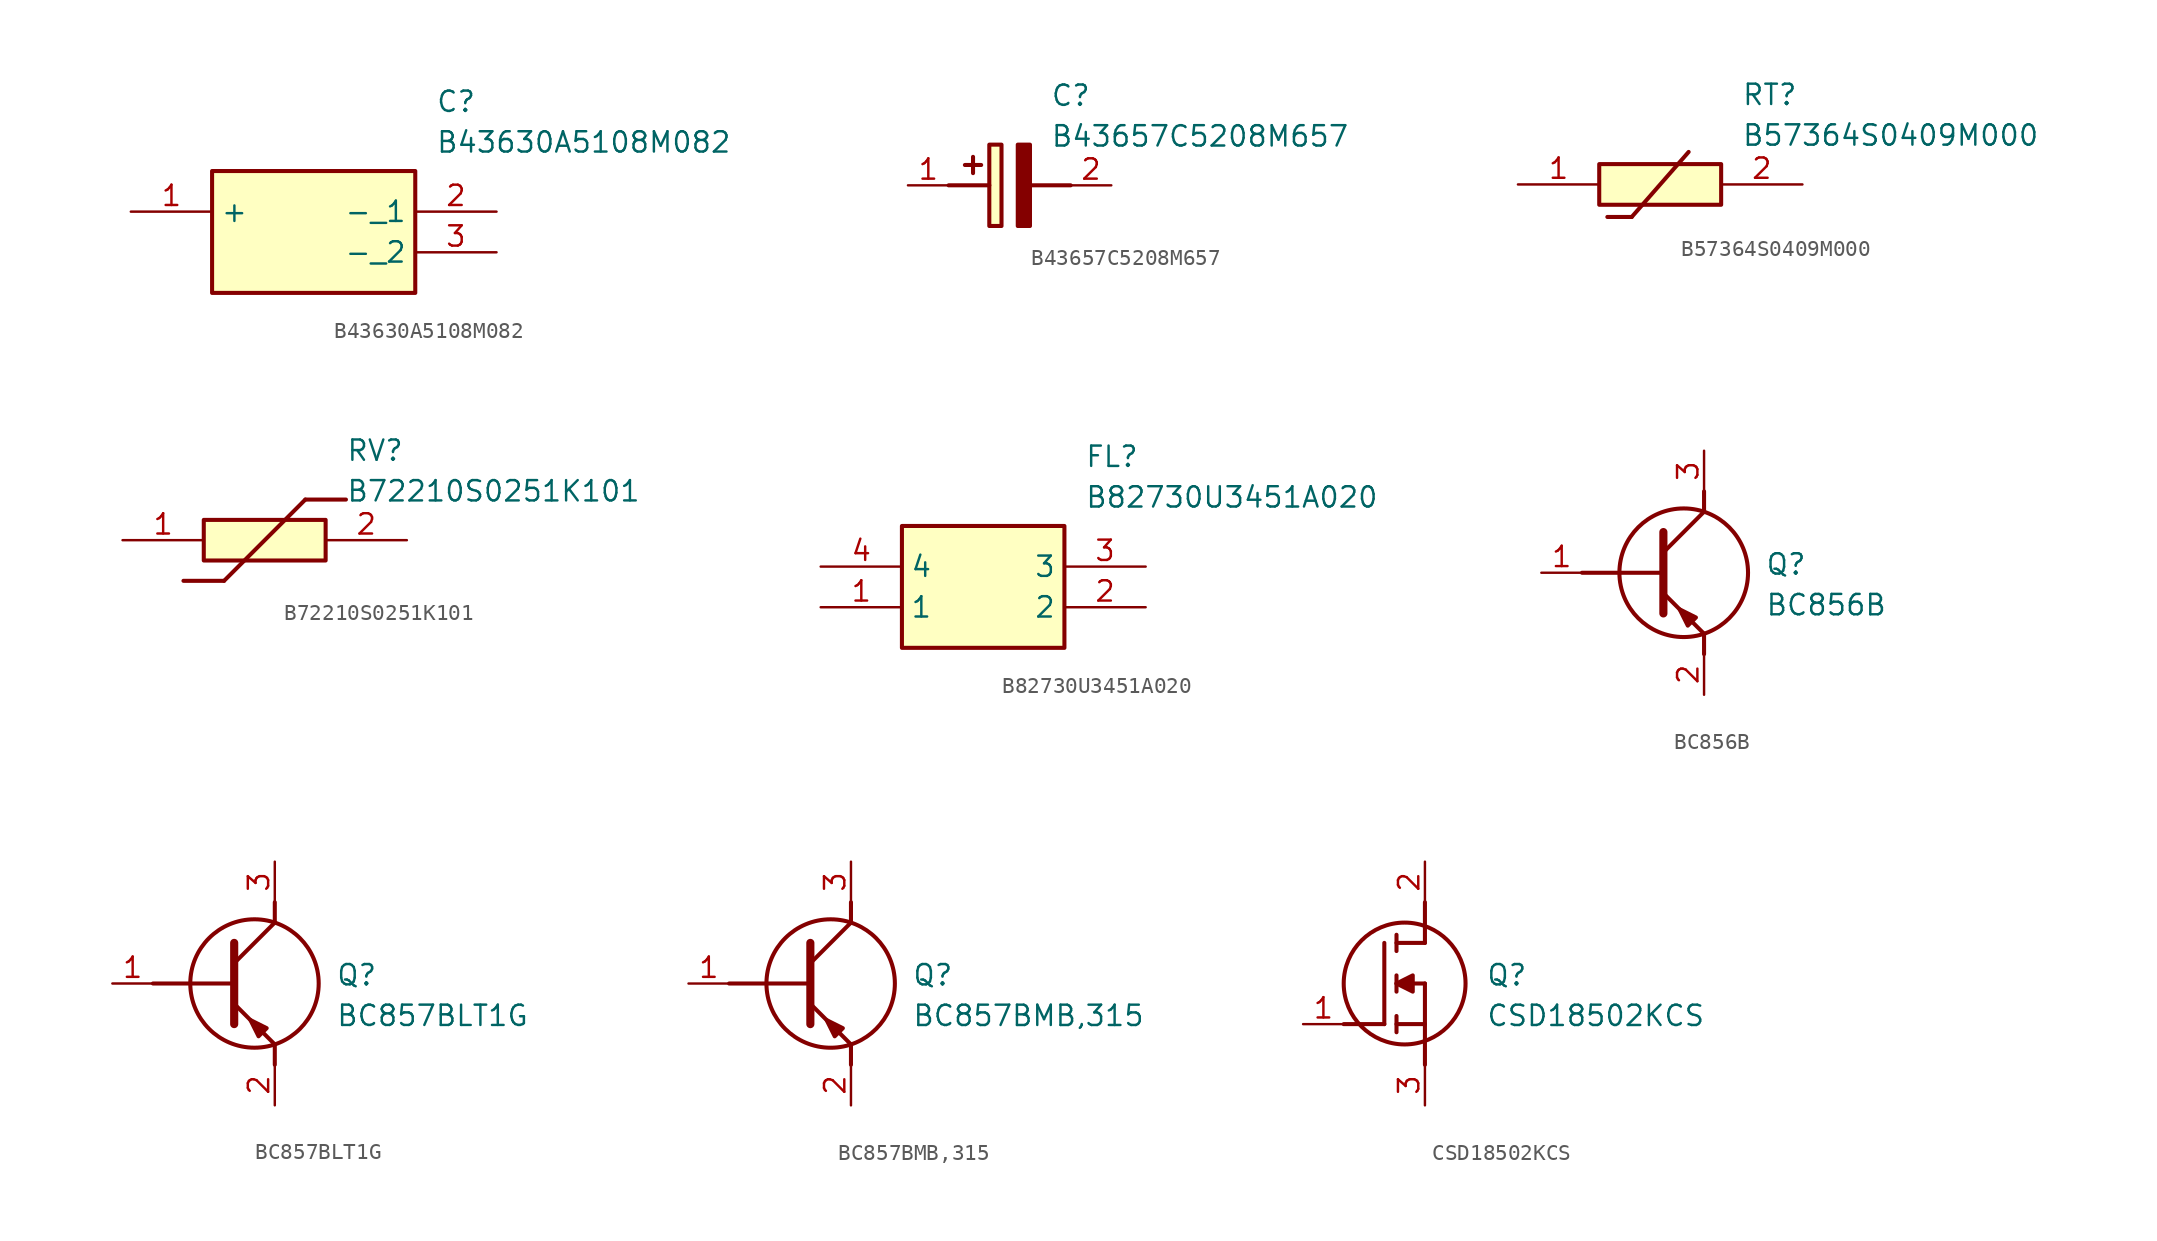
<source format=kicad_sym>
(kicad_symbol_lib
  (version 20241209)
  (generator "kicad_symbol_editor")
  (generator_version "9.0")
  (symbol "B43630A5108M082"
    (property "Reference" "C"
      (at 19.05 7.62 0)
      (effects (font (size 1.27 1.27)) (justify left top)))
    (property "Value" "B43630A5108M082"
      (at 19.05 5.08 0)
      (effects (font (size 1.27 1.27)) (justify left top)))
    (symbol "B43630A5108M082_1_1"
      (rectangle (start 5.08 2.54) (end 17.78 -5.08) (stroke (width 0.254) (type default)) (fill (type background)))
      (pin passive line (at 0 0 0) (length 5.08) (name "+" (effects (font (size 1.27 1.27)))) (number "1" (effects (font (size 1.27 1.27)))))
      (pin passive line (at 22.86 0 180) (length 5.08) (name "-_1" (effects (font (size 1.27 1.27)))) (number "2" (effects (font (size 1.27 1.27)))))
      (pin passive line (at 22.86 -2.54 180) (length 5.08) (name "-_2" (effects (font (size 1.27 1.27)))) (number "3" (effects (font (size 1.27 1.27)))))))
  (symbol "B43657C5208M657"
    (pin_names
      (hide yes))
    (property "Reference" "C"
      (at 8.89 6.35 0)
      (effects (font (size 1.27 1.27)) (justify left top)))
    (property "Value" "B43657C5208M657"
      (at 8.89 3.81 0)
      (effects (font (size 1.27 1.27)) (justify left top)))
    (symbol "B43657C5208M657_1_1"
      (polyline (pts (xy 2.54 0) (xy 5.08 0)) (stroke (width 0.254) (type default)) (fill (type none)))
      (polyline (pts (xy 4.064 1.778) (xy 4.064 0.762)) (stroke (width 0.254) (type default)) (fill (type none)))
      (polyline (pts (xy 4.572 1.27) (xy 3.556 1.27)) (stroke (width 0.254) (type default)) (fill (type none)))
      (rectangle (start 5.08 2.54) (end 5.842 -2.54) (stroke (width 0.254) (type default)) (fill (type background)))
      (polyline (pts (xy 7.62 2.54) (xy 7.62 -2.54) (xy 6.858 -2.54) (xy 6.858 2.54) (xy 7.62 2.54)) (stroke (width 0.254) (type default)) (fill (type outline)))
      (polyline (pts (xy 7.62 0) (xy 10.16 0)) (stroke (width 0.254) (type default)) (fill (type none)))
      (pin passive line (at 0 0 0) (length 2.54) (name "+" (effects (font (size 1.27 1.27)))) (number "1" (effects (font (size 1.27 1.27)))))
      (pin passive line (at 12.7 0 180) (length 2.54) (name "-" (effects (font (size 1.27 1.27)))) (number "2" (effects (font (size 1.27 1.27)))))))
  (symbol "B57364S0409M000"
    (pin_names
      (hide yes))
    (property "Reference" "RT"
      (at 13.97 6.35 0)
      (effects (font (size 1.27 1.27)) (justify left top)))
    (property "Value" "B57364S0409M000"
      (at 13.97 3.81 0)
      (effects (font (size 1.27 1.27)) (justify left top)))
    (symbol "B57364S0409M000_1_1"
      (rectangle (start 5.08 1.27) (end 12.7 -1.27) (stroke (width 0.254) (type default)) (fill (type background)))
      (polyline (pts (xy 5.588 -2.032) (xy 7.112 -2.032)) (stroke (width 0.254) (type default)) (fill (type none)))
      (polyline (pts (xy 10.668 2.032) (xy 7.112 -2.032)) (stroke (width 0.254) (type default)) (fill (type none)))
      (pin passive line (at 0 0 0) (length 5.08) (name "1" (effects (font (size 1.27 1.27)))) (number "1" (effects (font (size 1.27 1.27)))))
      (pin passive line (at 17.78 0 180) (length 5.08) (name "2" (effects (font (size 1.27 1.27)))) (number "2" (effects (font (size 1.27 1.27)))))))
  (symbol "B72210S0251K101"
    (pin_names
      (hide yes))
    (property "Reference" "RV"
      (at 13.97 6.35 0)
      (effects (font (size 1.27 1.27)) (justify left top)))
    (property "Value" "B72210S0251K101"
      (at 13.97 3.81 0)
      (effects (font (size 1.27 1.27)) (justify left top)))
    (symbol "B72210S0251K101_1_1"
      (polyline (pts (xy 3.81 -2.54) (xy 6.35 -2.54)) (stroke (width 0.254) (type default)) (fill (type none)))
      (rectangle (start 5.08 1.27) (end 12.7 -1.27) (stroke (width 0.254) (type default)) (fill (type background)))
      (polyline (pts (xy 11.43 2.54) (xy 6.35 -2.54)) (stroke (width 0.254) (type default)) (fill (type none)))
      (polyline (pts (xy 11.43 2.54) (xy 13.97 2.54)) (stroke (width 0.254) (type default)) (fill (type none)))
      (pin passive line (at 0 0 0) (length 5.08) (name "1" (effects (font (size 1.27 1.27)))) (number "1" (effects (font (size 1.27 1.27)))))
      (pin passive line (at 17.78 0 180) (length 5.08) (name "2" (effects (font (size 1.27 1.27)))) (number "2" (effects (font (size 1.27 1.27)))))))
  (symbol "B82730U3451A020"
    (property "Reference" "FL"
      (at 16.51 7.62 0)
      (effects (font (size 1.27 1.27)) (justify left top)))
    (property "Value" "B82730U3451A020"
      (at 16.51 5.08 0)
      (effects (font (size 1.27 1.27)) (justify left top)))
    (symbol "B82730U3451A020_1_1"
      (rectangle (start 5.08 2.54) (end 15.24 -5.08) (stroke (width 0.254) (type default)) (fill (type background)))
      (pin passive line (at 0 0 0) (length 5.08) (name "4" (effects (font (size 1.27 1.27)))) (number "4" (effects (font (size 1.27 1.27)))))
      (pin passive line (at 0 -2.54 0) (length 5.08) (name "1" (effects (font (size 1.27 1.27)))) (number "1" (effects (font (size 1.27 1.27)))))
      (pin passive line (at 20.32 0 180) (length 5.08) (name "3" (effects (font (size 1.27 1.27)))) (number "3" (effects (font (size 1.27 1.27)))))
      (pin passive line (at 20.32 -2.54 180) (length 5.08) (name "2" (effects (font (size 1.27 1.27)))) (number "2" (effects (font (size 1.27 1.27)))))))
  (symbol "BC856B"
    (pin_names
      (hide yes))
    (property "Reference" "Q"
      (at 13.97 1.27 0)
      (effects (font (size 1.27 1.27)) (justify left top)))
    (property "Value" "BC856B"
      (at 13.97 -1.27 0)
      (effects (font (size 1.27 1.27)) (justify left top)))
    (symbol "BC856B_1_1"
      (polyline (pts (xy 2.54 0) (xy 7.62 0)) (stroke (width 0.254) (type default)) (fill (type none)))
      (polyline (pts (xy 7.62 2.54) (xy 7.62 -2.54)) (stroke (width 0.508) (type default)) (fill (type none)))
      (polyline (pts (xy 7.62 1.27) (xy 10.16 3.81)) (stroke (width 0.254) (type default)) (fill (type none)))
      (polyline (pts (xy 7.62 -1.27) (xy 10.16 -3.81)) (stroke (width 0.254) (type default)) (fill (type none)))
      (circle (center 8.89 0) (radius 4.016) (stroke (width 0.254) (type default)) (fill (type none)))
      (polyline (pts (xy 9.652 -2.794) (xy 9.144 -3.302) (xy 8.636 -2.286) (xy 9.652 -2.794)) (stroke (width 0.254) (type default)) (fill (type outline)))
      (polyline (pts (xy 10.16 3.81) (xy 10.16 5.08)) (stroke (width 0.254) (type default)) (fill (type none)))
      (polyline (pts (xy 10.16 -3.81) (xy 10.16 -5.08)) (stroke (width 0.254) (type default)) (fill (type none)))
      (pin passive line (at 0 0 0) (length 2.54) (name "B" (effects (font (size 1.27 1.27)))) (number "1" (effects (font (size 1.27 1.27)))))
      (pin passive line (at 10.16 7.62 270) (length 2.54) (name "C" (effects (font (size 1.27 1.27)))) (number "3" (effects (font (size 1.27 1.27)))))
      (pin passive line (at 10.16 -7.62 90) (length 2.54) (name "E" (effects (font (size 1.27 1.27)))) (number "2" (effects (font (size 1.27 1.27)))))))
  (symbol "BC857BLT1G"
    (pin_names
      (hide yes))
    (property "Reference" "Q"
      (at 13.97 1.27 0)
      (effects (font (size 1.27 1.27)) (justify left top)))
    (property "Value" "BC857BLT1G"
      (at 13.97 -1.27 0)
      (effects (font (size 1.27 1.27)) (justify left top)))
    (symbol "BC857BLT1G_1_1"
      (polyline (pts (xy 2.54 0) (xy 7.62 0)) (stroke (width 0.254) (type default)) (fill (type none)))
      (polyline (pts (xy 7.62 2.54) (xy 7.62 -2.54)) (stroke (width 0.508) (type default)) (fill (type none)))
      (polyline (pts (xy 7.62 1.27) (xy 10.16 3.81)) (stroke (width 0.254) (type default)) (fill (type none)))
      (polyline (pts (xy 7.62 -1.27) (xy 10.16 -3.81)) (stroke (width 0.254) (type default)) (fill (type none)))
      (circle (center 8.89 0) (radius 4.016) (stroke (width 0.254) (type default)) (fill (type none)))
      (polyline (pts (xy 9.652 -2.794) (xy 9.144 -3.302) (xy 8.636 -2.286) (xy 9.652 -2.794)) (stroke (width 0.254) (type default)) (fill (type outline)))
      (polyline (pts (xy 10.16 3.81) (xy 10.16 5.08)) (stroke (width 0.254) (type default)) (fill (type none)))
      (polyline (pts (xy 10.16 -3.81) (xy 10.16 -5.08)) (stroke (width 0.254) (type default)) (fill (type none)))
      (pin passive line (at 0 0 0) (length 2.54) (name "B" (effects (font (size 1.27 1.27)))) (number "1" (effects (font (size 1.27 1.27)))))
      (pin passive line (at 10.16 7.62 270) (length 2.54) (name "C" (effects (font (size 1.27 1.27)))) (number "3" (effects (font (size 1.27 1.27)))))
      (pin passive line (at 10.16 -7.62 90) (length 2.54) (name "E" (effects (font (size 1.27 1.27)))) (number "2" (effects (font (size 1.27 1.27)))))))
  (symbol "BC857BMB,315"
    (pin_names
      (hide yes))
    (property "Reference" "Q"
      (at 13.97 1.27 0)
      (effects (font (size 1.27 1.27)) (justify left top)))
    (property "Value" "BC857BMB,315"
      (at 13.97 -1.27 0)
      (effects (font (size 1.27 1.27)) (justify left top)))
    (symbol "BC857BMB,315_1_1"
      (polyline (pts (xy 2.54 0) (xy 7.62 0)) (stroke (width 0.254) (type default)) (fill (type none)))
      (polyline (pts (xy 7.62 2.54) (xy 7.62 -2.54)) (stroke (width 0.508) (type default)) (fill (type none)))
      (polyline (pts (xy 7.62 1.27) (xy 10.16 3.81)) (stroke (width 0.254) (type default)) (fill (type none)))
      (polyline (pts (xy 7.62 -1.27) (xy 10.16 -3.81)) (stroke (width 0.254) (type default)) (fill (type none)))
      (circle (center 8.89 0) (radius 4.016) (stroke (width 0.254) (type default)) (fill (type none)))
      (polyline (pts (xy 9.652 -2.794) (xy 9.144 -3.302) (xy 8.636 -2.286) (xy 9.652 -2.794)) (stroke (width 0.254) (type default)) (fill (type outline)))
      (polyline (pts (xy 10.16 3.81) (xy 10.16 5.08)) (stroke (width 0.254) (type default)) (fill (type none)))
      (polyline (pts (xy 10.16 -3.81) (xy 10.16 -5.08)) (stroke (width 0.254) (type default)) (fill (type none)))
      (pin passive line (at 0 0 0) (length 2.54) (name "B" (effects (font (size 1.27 1.27)))) (number "1" (effects (font (size 1.27 1.27)))))
      (pin passive line (at 10.16 7.62 270) (length 2.54) (name "C" (effects (font (size 1.27 1.27)))) (number "3" (effects (font (size 1.27 1.27)))))
      (pin passive line (at 10.16 -7.62 90) (length 2.54) (name "E" (effects (font (size 1.27 1.27)))) (number "2" (effects (font (size 1.27 1.27)))))))
  (symbol "CSD18502KCS"
    (pin_names
      (hide yes))
    (property "Reference" "Q"
      (at 11.43 3.81 0)
      (effects (font (size 1.27 1.27)) (justify left top)))
    (property "Value" "CSD18502KCS"
      (at 11.43 1.27 0)
      (effects (font (size 1.27 1.27)) (justify left top)))
    (symbol "CSD18502KCS_1_1"
      (polyline (pts (xy 2.54 0) (xy 5.08 0)) (stroke (width 0.254) (type default)) (fill (type none)))
      (polyline (pts (xy 5.08 5.08) (xy 5.08 0)) (stroke (width 0.254) (type default)) (fill (type none)))
      (polyline (pts (xy 5.842 5.588) (xy 5.842 4.572)) (stroke (width 0.254) (type default)) (fill (type none)))
      (polyline (pts (xy 5.842 2.54) (xy 6.858 3.048) (xy 6.858 2.032) (xy 5.842 2.54)) (stroke (width 0.254) (type default)) (fill (type outline)))
      (polyline (pts (xy 5.842 2.032) (xy 5.842 3.048)) (stroke (width 0.254) (type default)) (fill (type none)))
      (polyline (pts (xy 5.842 0) (xy 7.62 0)) (stroke (width 0.254) (type default)) (fill (type none)))
      (polyline (pts (xy 5.842 -0.508) (xy 5.842 0.508)) (stroke (width 0.254) (type default)) (fill (type none)))
      (circle (center 6.35 2.54) (radius 3.81) (stroke (width 0.254) (type default)) (fill (type none)))
      (polyline (pts (xy 7.62 5.08) (xy 5.842 5.08)) (stroke (width 0.254) (type default)) (fill (type none)))
      (polyline (pts (xy 7.62 5.08) (xy 7.62 7.62)) (stroke (width 0.254) (type default)) (fill (type none)))
      (polyline (pts (xy 7.62 2.54) (xy 5.842 2.54)) (stroke (width 0.254) (type default)) (fill (type none)))
      (polyline (pts (xy 7.62 2.54) (xy 7.62 -2.54)) (stroke (width 0.254) (type default)) (fill (type none)))
      (pin passive line (at 0 0 0) (length 2.54) (name "G" (effects (font (size 1.27 1.27)))) (number "1" (effects (font (size 1.27 1.27)))))
      (pin passive line (at 7.62 10.16 270) (length 2.54) (name "D" (effects (font (size 1.27 1.27)))) (number "2" (effects (font (size 1.27 1.27)))))
      (pin passive line (at 7.62 -5.08 90) (length 2.54) (name "S" (effects (font (size 1.27 1.27)))) (number "3" (effects (font (size 1.27 1.27))))))))
</source>
